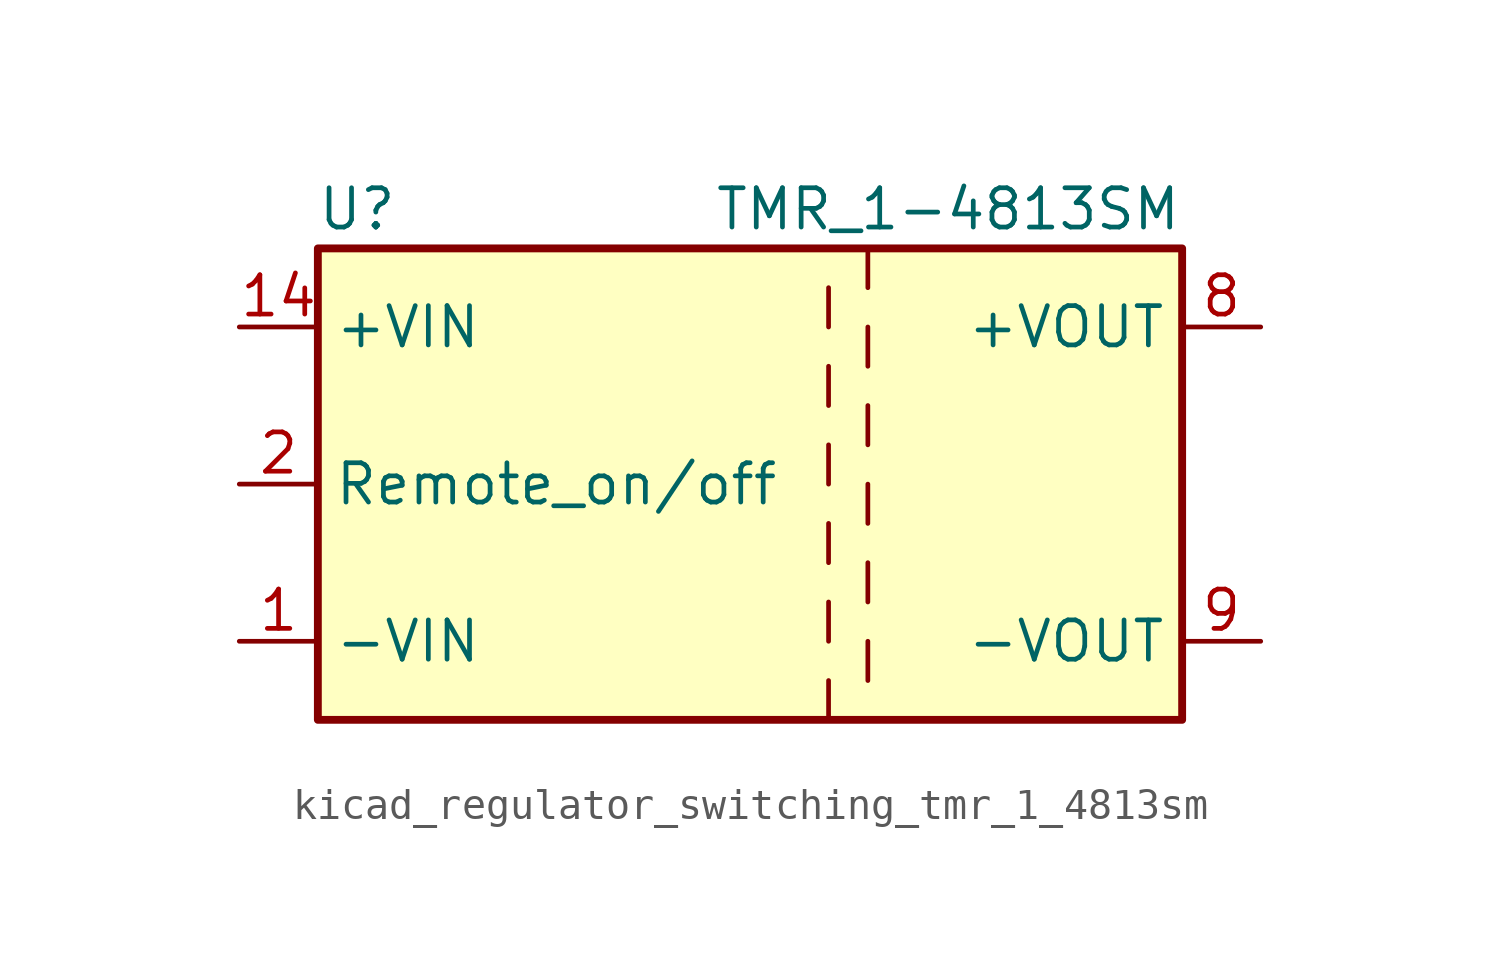
<source format=kicad_sym>
(kicad_symbol_lib
  (version 20220914)
  (generator kicad_symbol_editor)
  (symbol "kicad_regulator_switching_tmr_1_4813sm"
    (property "Reference" "U"
      (at -16.51 8.89 0)
      (effects (font (size 1.27 1.27))))
    (property "Value" "TMR_1-4813SM"
      (at 10.16 8.89 0)
      (effects (font (size 1.27 1.27)) (justify right)))
    (symbol "kicad_regulator_switching_tmr_1_4813sm_0_1"
      (rectangle (start -17.78 7.62) (end 10.16 -7.62) (stroke (width 0.254) (type default)) (fill (type background)))
      (polyline (pts (xy -1.27 -6.35) (xy -1.27 -7.62)) (stroke (width 0) (type default)) (fill (type none)))
      (polyline (pts (xy -1.27 -3.81) (xy -1.27 -5.08)) (stroke (width 0) (type default)) (fill (type none)))
      (polyline (pts (xy -1.27 -1.27) (xy -1.27 -2.54)) (stroke (width 0) (type default)) (fill (type none)))
      (polyline (pts (xy -1.27 1.27) (xy -1.27 0)) (stroke (width 0) (type default)) (fill (type none)))
      (polyline (pts (xy -1.27 3.81) (xy -1.27 2.54)) (stroke (width 0) (type default)) (fill (type none)))
      (polyline (pts (xy -1.27 6.35) (xy -1.27 5.08)) (stroke (width 0) (type default)) (fill (type none)))
      (polyline (pts (xy 0 -5.08) (xy 0 -6.35)) (stroke (width 0) (type default)) (fill (type none)))
      (polyline (pts (xy 0 -2.54) (xy 0 -3.81)) (stroke (width 0) (type default)) (fill (type none)))
      (polyline (pts (xy 0 0) (xy 0 -1.27)) (stroke (width 0) (type default)) (fill (type none)))
      (polyline (pts (xy 0 2.54) (xy 0 1.27)) (stroke (width 0) (type default)) (fill (type none)))
      (polyline (pts (xy 0 5.08) (xy 0 3.81)) (stroke (width 0) (type default)) (fill (type none)))
      (polyline (pts (xy 0 7.62) (xy 0 6.35)) (stroke (width 0) (type default)) (fill (type none))))
    (symbol "kicad_regulator_switching_tmr_1_4813sm_1_1"
      (pin power_in line (at -20.32 -5.08 0) (length 2.54) (name "-VIN" (effects (font (size 1.27 1.27)))) (number "1" (effects (font (size 1.27 1.27)))))
      (pin power_in line (at -20.32 5.08 0) (length 2.54) (name "+VIN" (effects (font (size 1.27 1.27)))) (number "14" (effects (font (size 1.27 1.27)))))
      (pin input line (at -20.32 0 0) (length 2.54) (name "Remote_on/off" (effects (font (size 1.27 1.27)))) (number "2" (effects (font (size 1.27 1.27)))))
      (pin no_connect line (at 10.16 2.54 180) (length 2.54) hide (name "NC" (effects (font (size 1.27 1.27)))) (number "6" (effects (font (size 1.27 1.27)))))
      (pin no_connect line (at 10.16 -2.54 180) (length 2.54) hide (name "NC" (effects (font (size 1.27 1.27)))) (number "7" (effects (font (size 1.27 1.27)))))
      (pin power_out line (at 12.7 5.08 180) (length 2.54) (name "+VOUT" (effects (font (size 1.27 1.27)))) (number "8" (effects (font (size 1.27 1.27)))))
      (pin power_out line (at 12.7 -5.08 180) (length 2.54) (name "-VOUT" (effects (font (size 1.27 1.27)))) (number "9" (effects (font (size 1.27 1.27))))))))
</source>
